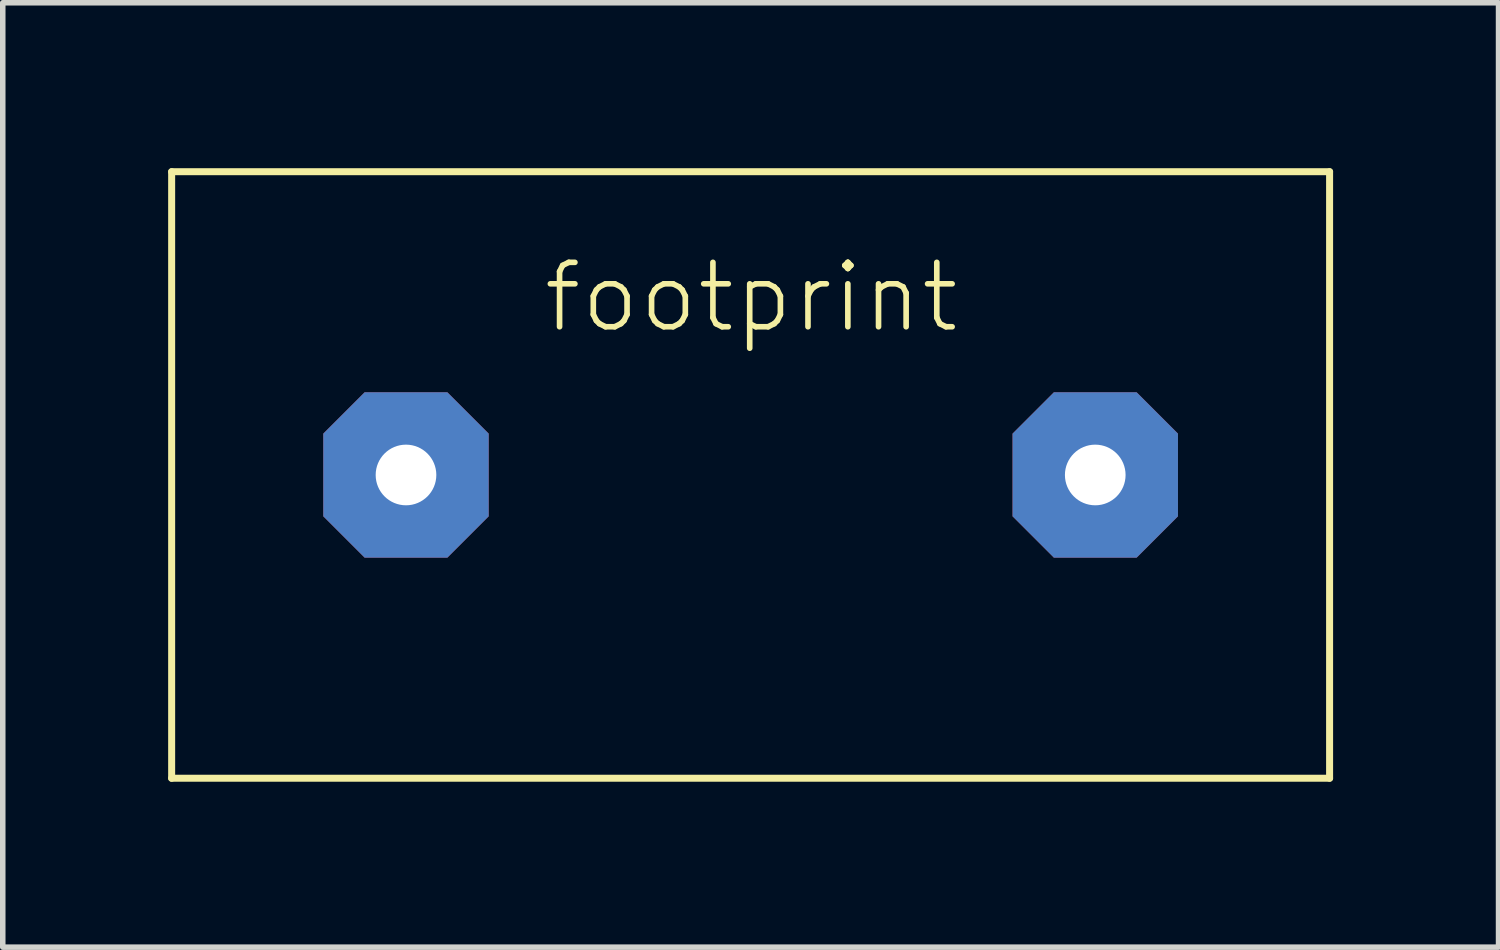
<source format=kicad_pcb>
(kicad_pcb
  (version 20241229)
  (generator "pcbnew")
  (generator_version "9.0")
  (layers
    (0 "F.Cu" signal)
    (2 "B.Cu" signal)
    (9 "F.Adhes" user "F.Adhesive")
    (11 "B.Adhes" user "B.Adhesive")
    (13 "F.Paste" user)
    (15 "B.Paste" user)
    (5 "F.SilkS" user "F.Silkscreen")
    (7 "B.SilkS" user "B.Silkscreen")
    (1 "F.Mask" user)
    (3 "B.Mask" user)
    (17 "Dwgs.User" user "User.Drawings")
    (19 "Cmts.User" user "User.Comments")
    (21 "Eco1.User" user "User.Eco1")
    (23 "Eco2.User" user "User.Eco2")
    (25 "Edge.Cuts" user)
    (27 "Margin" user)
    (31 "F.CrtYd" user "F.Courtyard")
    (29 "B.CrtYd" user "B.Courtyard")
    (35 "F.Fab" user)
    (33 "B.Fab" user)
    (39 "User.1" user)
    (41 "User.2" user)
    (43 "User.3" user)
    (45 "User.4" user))
  (footprint "footprint"
    (layer "F.Cu")
    (at 10.563 5.564)
    (property "Reference" "footprint" (at -3.81 -2.54 0) (layer "F.SilkS") (effects (font (size 1.168 1.168) (thickness 0.102)) (justify left bottom)))
    (fp_line (start -10.5 -5.5) (end 10.5 -5.5) (stroke (width 0.127) (type solid)) (layer "F.SilkS"))
    (fp_line (start -10.5 5.5) (end -10.5 -5.5) (stroke (width 0.127) (type solid)) (layer "F.SilkS"))
    (fp_line (start 10.5 -5.5) (end 10.5 5.5) (stroke (width 0.127) (type solid)) (layer "F.SilkS"))
    (fp_line (start 10.5 5.5) (end -10.5 5.5) (stroke (width 0.127) (type solid)) (layer "F.SilkS"))
    (pad "1" thru_hole roundrect (at -6.25 0) (size 3 3) (drill 1.1) (layers "*.Cu" "*.Mask") (roundrect_rratio 0.25) (chamfer_ratio 0.25) (chamfer top_left top_right bottom_left bottom_right))
    (pad "2" thru_hole roundrect (at 6.25 0) (size 3 3) (drill 1.1) (layers "*.Cu" "*.Mask") (roundrect_rratio 0.25) (chamfer_ratio 0.25) (chamfer top_left top_right bottom_left bottom_right)))
  (gr_rect
    (start -3 -3)
    (end 24.127 14.127)
    (stroke (width 0.1) (type default))
    (fill no)
    (layer "Edge.Cuts")))
</source>
